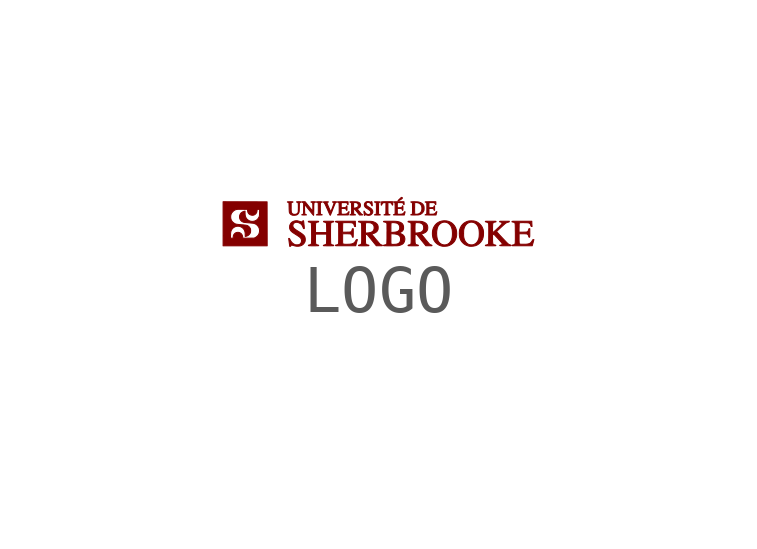
<source format=kicad_sym>
(kicad_symbol_lib
  (version 20210619)
  (generator bitmap2component)
  (symbol "LOGO"
    (pin_names
      (offset 1.016))
    (property "Reference" "#G"
      (at 0 -0.126 0)
      (effects (font (size 1.27 1.27)) hide))
    (symbol "LOGO_0_0"
      (polyline (pts (xy -1.837 -0.512) (xy -1.831 -0.509) (xy -1.826 -0.5) (xy -1.824 -0.494) (xy -1.819 -0.489) (xy -1.812 -0.487) (xy -1.801 -0.488) (xy -1.786 -0.492) (xy -1.764 -0.498) (xy -1.739 -0.505) (xy -1.701 -0.511) (xy -1.665 -0.51) (xy -1.632 -0.504) (xy -1.602 -0.493) (xy -1.576 -0.476) (xy -1.554 -0.453) (xy -1.537 -0.426) (xy -1.532 -0.413) (xy -1.528 -0.401) (xy -1.527 -0.388) (xy -1.526 -0.371) (xy -1.526 -0.362) (xy -1.528 -0.344) (xy -1.532 -0.327) (xy -1.537 -0.312) (xy -1.546 -0.297) (xy -1.559 -0.282) (xy -1.575 -0.267) (xy -1.596 -0.25) (xy -1.622 -0.232) (xy -1.654 -0.211) (xy -1.691 -0.188) (xy -1.702 -0.181) (xy -1.73 -0.162) (xy -1.751 -0.145) (xy -1.767 -0.13) (xy -1.777 -0.114) (xy -1.783 -0.099) (xy -1.785 -0.082) (xy -1.784 -0.066) (xy -1.776 -0.047) (xy -1.762 -0.031) (xy -1.756 -0.025) (xy -1.735 -0.015) (xy -1.711 -0.011) (xy -1.686 -0.013) (xy -1.659 -0.022) (xy -1.631 -0.037) (xy -1.62 -0.044) (xy -1.602 -0.063) (xy -1.586 -0.087) (xy -1.573 -0.117) (xy -1.573 -0.118) (xy -1.567 -0.131) (xy -1.563 -0.139) (xy -1.559 -0.143) (xy -1.554 -0.144) (xy -1.551 -0.144) (xy -1.549 -0.143) (xy -1.547 -0.142) (xy -1.546 -0.138) (xy -1.546 -0.131) (xy -1.547 -0.119) (xy -1.548 -0.104) (xy -1.55 -0.082) (xy -1.554 -0.054) (xy -1.555 -0.04) (xy -1.557 -0.018) (xy -1.559 -0.002) (xy -1.561 0.009) (xy -1.563 0.016) (xy -1.565 0.02) (xy -1.567 0.022) (xy -1.569 0.022) (xy -1.575 0.02) (xy -1.581 0.011) (xy -1.582 0.009) (xy -1.587 0.002) (xy -1.595 -0.002) (xy -1.606 -0.002) (xy -1.621 0.001) (xy -1.643 0.007) (xy -1.653 0.01) (xy -1.671 0.015) (xy -1.686 0.019) (xy -1.697 0.021) (xy -1.704 0.021) (xy -1.729 0.02) (xy -1.755 0.015) (xy -1.78 0.005) (xy -1.802 -0.007) (xy -1.819 -0.022) (xy -1.826 -0.03) (xy -1.834 -0.044) (xy -1.842 -0.058) (xy -1.847 -0.07) (xy -1.851 -0.082) (xy -1.852 -0.095) (xy -1.853 -0.112) (xy -1.853 -0.129) (xy -1.851 -0.141) (xy -1.848 -0.152) (xy -1.842 -0.165) (xy -1.842 -0.165) (xy -1.835 -0.178) (xy -1.826 -0.19) (xy -1.815 -0.202) (xy -1.801 -0.214) (xy -1.783 -0.228) (xy -1.76 -0.243) (xy -1.731 -0.262) (xy -1.724 -0.266) (xy -1.696 -0.284) (xy -1.674 -0.298) (xy -1.657 -0.31) (xy -1.643 -0.321) (xy -1.633 -0.33) (xy -1.625 -0.338) (xy -1.619 -0.346) (xy -1.614 -0.354) (xy -1.609 -0.367) (xy -1.605 -0.391) (xy -1.606 -0.414) (xy -1.613 -0.436) (xy -1.626 -0.455) (xy -1.627 -0.456) (xy -1.641 -0.468) (xy -1.657 -0.476) (xy -1.675 -0.48) (xy -1.699 -0.481) (xy -1.708 -0.481) (xy -1.722 -0.481) (xy -1.733 -0.479) (xy -1.744 -0.475) (xy -1.756 -0.469) (xy -1.776 -0.457) (xy -1.801 -0.436) (xy -1.823 -0.409) (xy -1.841 -0.378) (xy -1.845 -0.37) (xy -1.851 -0.358) (xy -1.856 -0.351) (xy -1.861 -0.348) (xy -1.865 -0.347) (xy -1.871 -0.348) (xy -1.873 -0.351) (xy -1.873 -0.352) (xy -1.871 -0.359) (xy -1.869 -0.372) (xy -1.867 -0.39) (xy -1.864 -0.411) (xy -1.861 -0.434) (xy -1.85 -0.513) (xy -1.841 -0.513) (xy -1.837 -0.512)) (stroke (width 0.01)) (fill (type outline)))
      (polyline (pts (xy 1.387 -0.511) (xy 1.41 -0.509) (xy 1.43 -0.507) (xy 1.446 -0.504) (xy 1.479 -0.492) (xy 1.514 -0.473) (xy 1.546 -0.449) (xy 1.573 -0.421) (xy 1.587 -0.402) (xy 1.605 -0.367) (xy 1.619 -0.329) (xy 1.627 -0.289) (xy 1.629 -0.247) (xy 1.627 -0.205) (xy 1.62 -0.165) (xy 1.607 -0.127) (xy 1.588 -0.093) (xy 1.583 -0.084) (xy 1.555 -0.051) (xy 1.524 -0.024) (xy 1.488 -0.003) (xy 1.449 0.011) (xy 1.407 0.019) (xy 1.361 0.02) (xy 1.32 0.015) (xy 1.28 0.004) (xy 1.243 -0.014) (xy 1.21 -0.037) (xy 1.182 -0.066) (xy 1.159 -0.099) (xy 1.14 -0.137) (xy 1.128 -0.179) (xy 1.123 -0.214) (xy 1.123 -0.236) (xy 1.211 -0.236) (xy 1.213 -0.197) (xy 1.219 -0.16) (xy 1.227 -0.126) (xy 1.239 -0.096) (xy 1.255 -0.071) (xy 1.277 -0.048) (xy 1.302 -0.029) (xy 1.329 -0.016) (xy 1.357 -0.009) (xy 1.379 -0.008) (xy 1.41 -0.012) (xy 1.439 -0.023) (xy 1.465 -0.04) (xy 1.488 -0.062) (xy 1.508 -0.09) (xy 1.523 -0.122) (xy 1.533 -0.159) (xy 1.534 -0.161) (xy 1.537 -0.186) (xy 1.539 -0.215) (xy 1.54 -0.247) (xy 1.539 -0.279) (xy 1.537 -0.308) (xy 1.533 -0.332) (xy 1.527 -0.356) (xy 1.514 -0.391) (xy 1.495 -0.421) (xy 1.473 -0.446) (xy 1.447 -0.465) (xy 1.417 -0.477) (xy 1.409 -0.479) (xy 1.378 -0.483) (xy 1.347 -0.48) (xy 1.318 -0.471) (xy 1.29 -0.455) (xy 1.266 -0.434) (xy 1.245 -0.407) (xy 1.233 -0.381) (xy 1.223 -0.35) (xy 1.216 -0.314) (xy 1.212 -0.276) (xy 1.211 -0.236) (xy 1.123 -0.236) (xy 1.122 -0.256) (xy 1.126 -0.297) (xy 1.134 -0.336) (xy 1.147 -0.37) (xy 1.161 -0.395) (xy 1.185 -0.429) (xy 1.215 -0.457) (xy 1.249 -0.481) (xy 1.286 -0.498) (xy 1.325 -0.509) (xy 1.326 -0.509) (xy 1.342 -0.511) (xy 1.363 -0.511) (xy 1.387 -0.511)) (stroke (width 0.01)) (fill (type outline)))
      (polyline (pts (xy 1.946 -0.511) (xy 1.977 -0.508) (xy 2.017 -0.5) (xy 2.054 -0.485) (xy 2.088 -0.463) (xy 2.119 -0.435) (xy 2.13 -0.423) (xy 2.152 -0.393) (xy 2.168 -0.362) (xy 2.179 -0.328) (xy 2.186 -0.29) (xy 2.188 -0.247) (xy 2.188 -0.242) (xy 2.188 -0.212) (xy 2.185 -0.187) (xy 2.18 -0.163) (xy 2.172 -0.14) (xy 2.161 -0.115) (xy 2.159 -0.11) (xy 2.15 -0.095) (xy 2.141 -0.082) (xy 2.13 -0.068) (xy 2.114 -0.051) (xy 2.107 -0.045) (xy 2.078 -0.02) (xy 2.047 -0.002) (xy 2.014 0.011) (xy 1.978 0.018) (xy 1.937 0.02) (xy 1.936 0.02) (xy 1.909 0.019) (xy 1.885 0.017) (xy 1.865 0.012) (xy 1.843 0.005) (xy 1.819 -0.006) (xy 1.788 -0.024) (xy 1.757 -0.05) (xy 1.73 -0.081) (xy 1.709 -0.117) (xy 1.692 -0.159) (xy 1.69 -0.166) (xy 1.688 -0.177) (xy 1.686 -0.189) (xy 1.685 -0.203) (xy 1.684 -0.22) (xy 1.684 -0.243) (xy 1.684 -0.244) (xy 1.773 -0.244) (xy 1.773 -0.218) (xy 1.774 -0.198) (xy 1.774 -0.182) (xy 1.776 -0.17) (xy 1.778 -0.158) (xy 1.781 -0.147) (xy 1.788 -0.123) (xy 1.803 -0.09) (xy 1.822 -0.063) (xy 1.844 -0.041) (xy 1.871 -0.024) (xy 1.901 -0.013) (xy 1.931 -0.008) (xy 1.961 -0.011) (xy 1.99 -0.019) (xy 2.016 -0.033) (xy 2.04 -0.052) (xy 2.061 -0.077) (xy 2.078 -0.107) (xy 2.089 -0.141) (xy 2.094 -0.163) (xy 2.098 -0.199) (xy 2.1 -0.239) (xy 2.099 -0.278) (xy 2.096 -0.316) (xy 2.09 -0.349) (xy 2.083 -0.368) (xy 2.068 -0.401) (xy 2.049 -0.429) (xy 2.025 -0.452) (xy 1.997 -0.469) (xy 1.986 -0.474) (xy 1.972 -0.479) (xy 1.958 -0.481) (xy 1.94 -0.482) (xy 1.931 -0.482) (xy 1.901 -0.479) (xy 1.874 -0.47) (xy 1.85 -0.455) (xy 1.826 -0.433) (xy 1.817 -0.422) (xy 1.802 -0.4) (xy 1.791 -0.375) (xy 1.781 -0.345) (xy 1.78 -0.342) (xy 1.778 -0.331) (xy 1.776 -0.319) (xy 1.774 -0.307) (xy 1.773 -0.291) (xy 1.773 -0.271) (xy 1.773 -0.245) (xy 1.773 -0.244) (xy 1.684 -0.244) (xy 1.684 -0.273) (xy 1.686 -0.297) (xy 1.689 -0.318) (xy 1.694 -0.337) (xy 1.701 -0.356) (xy 1.711 -0.378) (xy 1.722 -0.398) (xy 1.747 -0.43) (xy 1.776 -0.458) (xy 1.81 -0.481) (xy 1.848 -0.498) (xy 1.888 -0.509) (xy 1.894 -0.51) (xy 1.909 -0.511) (xy 1.927 -0.511) (xy 1.946 -0.511)) (stroke (width 0.01)) (fill (type outline)))
      (polyline (pts (xy -2.321 -0.043) (xy -2.322 0.415) (xy -2.78 0.416) (xy -3.239 0.417) (xy -3.239 -0.294) (xy -3.084 -0.294) (xy -3.083 -0.273) (xy -3.083 -0.253) (xy -3.082 -0.235) (xy -3.08 -0.222) (xy -3.078 -0.209) (xy -3.068 -0.179) (xy -3.052 -0.153) (xy -3.033 -0.132) (xy -3.009 -0.115) (xy -2.983 -0.102) (xy -2.955 -0.095) (xy -2.927 -0.093) (xy -2.897 -0.096) (xy -2.869 -0.106) (xy -2.842 -0.121) (xy -2.818 -0.142) (xy -2.808 -0.155) (xy -2.794 -0.178) (xy -2.785 -0.205) (xy -2.779 -0.235) (xy -2.778 -0.272) (xy -2.778 -0.306) (xy -2.764 -0.304) (xy -2.763 -0.304) (xy -2.735 -0.295) (xy -2.711 -0.281) (xy -2.69 -0.261) (xy -2.674 -0.238) (xy -2.67 -0.227) (xy -2.667 -0.217) (xy -2.666 -0.204) (xy -2.665 -0.186) (xy -2.665 -0.182) (xy -2.666 -0.166) (xy -2.667 -0.155) (xy -2.67 -0.145) (xy -2.675 -0.135) (xy -2.687 -0.117) (xy -2.706 -0.096) (xy -2.729 -0.081) (xy -2.73 -0.081) (xy -2.736 -0.078) (xy -2.743 -0.076) (xy -2.752 -0.074) (xy -2.763 -0.072) (xy -2.778 -0.07) (xy -2.797 -0.068) (xy -2.821 -0.065) (xy -2.851 -0.063) (xy -2.887 -0.059) (xy -2.897 -0.059) (xy -2.921 -0.056) (xy -2.939 -0.054) (xy -2.954 -0.052) (xy -2.964 -0.05) (xy -2.973 -0.048) (xy -2.982 -0.045) (xy -2.991 -0.041) (xy -3.009 -0.03) (xy -3.031 -0.013) (xy -3.051 0.007) (xy -3.065 0.029) (xy -3.068 0.034) (xy -3.077 0.063) (xy -3.081 0.093) (xy -3.08 0.123) (xy -3.079 0.13) (xy -3.071 0.16) (xy -3.057 0.186) (xy -3.037 0.21) (xy -3.032 0.215) (xy -3.007 0.236) (xy -2.978 0.25) (xy -2.949 0.257) (xy -2.941 0.258) (xy -2.926 0.259) (xy -2.906 0.259) (xy -2.882 0.259) (xy -2.856 0.259) (xy -2.829 0.259) (xy -2.731 0.258) (xy -2.729 0.233) (xy -2.727 0.221) (xy -2.724 0.206) (xy -2.721 0.195) (xy -2.716 0.185) (xy -2.701 0.165) (xy -2.681 0.149) (xy -2.657 0.139) (xy -2.632 0.135) (xy -2.625 0.135) (xy -2.602 0.138) (xy -2.583 0.146) (xy -2.564 0.16) (xy -2.556 0.169) (xy -2.542 0.187) (xy -2.535 0.207) (xy -2.531 0.232) (xy -2.53 0.258) (xy -2.478 0.258) (xy -2.479 0.189) (xy -2.48 0.177) (xy -2.48 0.156) (xy -2.481 0.14) (xy -2.482 0.128) (xy -2.483 0.119) (xy -2.485 0.112) (xy -2.488 0.104) (xy -2.492 0.095) (xy -2.509 0.067) (xy -2.531 0.043) (xy -2.558 0.025) (xy -2.587 0.013) (xy -2.62 0.008) (xy -2.638 0.008) (xy -2.665 0.011) (xy -2.69 0.019) (xy -2.714 0.034) (xy -2.72 0.037) (xy -2.743 0.057) (xy -2.76 0.081) (xy -2.772 0.109) (xy -2.779 0.141) (xy -2.781 0.179) (xy -2.781 0.221) (xy -2.795 0.219) (xy -2.801 0.218) (xy -2.819 0.212) (xy -2.837 0.203) (xy -2.854 0.192) (xy -2.866 0.182) (xy -2.882 0.16) (xy -2.893 0.134) (xy -2.897 0.106) (xy -2.895 0.078) (xy -2.885 0.05) (xy -2.885 0.05) (xy -2.869 0.025) (xy -2.848 0.006) (xy -2.822 -0.007) (xy -2.82 -0.008) (xy -2.809 -0.011) (xy -2.794 -0.014) (xy -2.773 -0.016) (xy -2.746 -0.019) (xy -2.713 -0.022) (xy -2.695 -0.023) (xy -2.669 -0.026) (xy -2.645 -0.028) (xy -2.625 -0.03) (xy -2.609 -0.032) (xy -2.599 -0.034) (xy -2.582 -0.039) (xy -2.554 -0.052) (xy -2.53 -0.071) (xy -2.509 -0.095) (xy -2.492 -0.122) (xy -2.485 -0.142) (xy -2.479 -0.173) (xy -2.48 -0.205) (xy -2.486 -0.237) (xy -2.499 -0.266) (xy -2.51 -0.283) (xy -2.528 -0.301) (xy -2.548 -0.318) (xy -2.569 -0.33) (xy -2.591 -0.341) (xy -2.71 -0.342) (xy -2.72 -0.342) (xy -2.751 -0.343) (xy -2.776 -0.343) (xy -2.794 -0.343) (xy -2.808 -0.342) (xy -2.818 -0.342) (xy -2.824 -0.341) (xy -2.827 -0.34) (xy -2.829 -0.339) (xy -2.829 -0.337) (xy -2.83 -0.32) (xy -2.836 -0.292) (xy -2.845 -0.27) (xy -2.859 -0.251) (xy -2.872 -0.24) (xy -2.894 -0.227) (xy -2.918 -0.221) (xy -2.942 -0.221) (xy -2.965 -0.226) (xy -2.987 -0.237) (xy -3.005 -0.254) (xy -3.019 -0.275) (xy -3.022 -0.282) (xy -3.026 -0.298) (xy -3.028 -0.316) (xy -3.029 -0.343) (xy -3.084 -0.343) (xy -3.084 -0.294) (xy -3.239 -0.294) (xy -3.239 -0.502) (xy -2.32 -0.502) (xy -2.321 -0.043)) (stroke (width 0.01)) (fill (type outline)))
      (polyline (pts (xy -1.3 -0.501) (xy -1.281 -0.501) (xy -1.267 -0.501) (xy -1.258 -0.5) (xy -1.252 -0.499) (xy -1.248 -0.498) (xy -1.247 -0.497) (xy -1.247 -0.495) (xy -1.248 -0.491) (xy -1.252 -0.487) (xy -1.262 -0.485) (xy -1.265 -0.484) (xy -1.278 -0.481) (xy -1.29 -0.477) (xy -1.296 -0.475) (xy -1.301 -0.471) (xy -1.305 -0.465) (xy -1.308 -0.458) (xy -1.31 -0.446) (xy -1.312 -0.431) (xy -1.313 -0.411) (xy -1.313 -0.385) (xy -1.313 -0.352) (xy -1.313 -0.258) (xy -1.081 -0.258) (xy -1.081 -0.356) (xy -1.081 -0.382) (xy -1.082 -0.405) (xy -1.083 -0.425) (xy -1.084 -0.441) (xy -1.085 -0.45) (xy -1.087 -0.459) (xy -1.091 -0.468) (xy -1.099 -0.474) (xy -1.11 -0.478) (xy -1.127 -0.483) (xy -1.136 -0.486) (xy -1.146 -0.49) (xy -1.15 -0.495) (xy -1.15 -0.497) (xy -1.149 -0.498) (xy -1.146 -0.499) (xy -1.14 -0.5) (xy -1.131 -0.501) (xy -1.117 -0.501) (xy -1.098 -0.501) (xy -1.074 -0.502) (xy -1.01 -0.502) (xy -0.985 -0.501) (xy -0.967 -0.501) (xy -0.953 -0.501) (xy -0.944 -0.5) (xy -0.938 -0.499) (xy -0.935 -0.498) (xy -0.933 -0.497) (xy -0.933 -0.495) (xy -0.934 -0.491) (xy -0.939 -0.487) (xy -0.949 -0.485) (xy -0.959 -0.483) (xy -0.976 -0.478) (xy -0.987 -0.47) (xy -0.994 -0.46) (xy -0.995 -0.458) (xy -0.996 -0.448) (xy -0.997 -0.433) (xy -0.998 -0.412) (xy -0.999 -0.386) (xy -0.999 -0.357) (xy -1 -0.325) (xy -1 -0.291) (xy -1 -0.256) (xy -1 -0.221) (xy -1 -0.186) (xy -1 -0.153) (xy -0.999 -0.122) (xy -0.999 -0.095) (xy -0.998 -0.071) (xy -0.997 -0.052) (xy -0.996 -0.038) (xy -0.994 -0.032) (xy -0.993 -0.029) (xy -0.988 -0.021) (xy -0.982 -0.015) (xy -0.971 -0.011) (xy -0.955 -0.007) (xy -0.951 -0.007) (xy -0.94 -0.004) (xy -0.935 -0.001) (xy -0.933 0.004) (xy -0.933 0.006) (xy -0.935 0.008) (xy -0.938 0.009) (xy -0.944 0.01) (xy -0.953 0.01) (xy -0.967 0.011) (xy -0.985 0.011) (xy -1.009 0.011) (xy -1.072 0.011) (xy -1.096 0.011) (xy -1.114 0.011) (xy -1.128 0.01) (xy -1.137 0.01) (xy -1.143 0.009) (xy -1.146 0.008) (xy -1.147 0.006) (xy -1.147 0.004) (xy -1.147 0.002) (xy -1.143 -0.003) (xy -1.133 -0.006) (xy -1.132 -0.006) (xy -1.112 -0.012) (xy -1.097 -0.019) (xy -1.088 -0.029) (xy -1.086 -0.034) (xy -1.085 -0.043) (xy -1.083 -0.057) (xy -1.083 -0.076) (xy -1.082 -0.101) (xy -1.081 -0.132) (xy -1.08 -0.225) (xy -1.313 -0.225) (xy -1.313 -0.135) (xy -1.313 -0.111) (xy -1.313 -0.083) (xy -1.312 -0.062) (xy -1.311 -0.046) (xy -1.309 -0.035) (xy -1.306 -0.026) (xy -1.302 -0.02) (xy -1.296 -0.016) (xy -1.29 -0.013) (xy -1.288 -0.012) (xy -1.277 -0.009) (xy -1.268 -0.007) (xy -1.26 -0.007) (xy -1.25 -0.003) (xy -1.247 0.004) (xy -1.247 0.006) (xy -1.248 0.008) (xy -1.252 0.009) (xy -1.258 0.01) (xy -1.267 0.01) (xy -1.281 0.011) (xy -1.3 0.011) (xy -1.325 0.011) (xy -1.38 0.011) (xy -1.407 0.011) (xy -1.427 0.011) (xy -1.441 0.01) (xy -1.452 0.01) (xy -1.458 0.009) (xy -1.462 0.008) (xy -1.464 0.006) (xy -1.464 0.005) (xy -1.462 0) (xy -1.456 -0.006) (xy -1.445 -0.007) (xy -1.436 -0.008) (xy -1.422 -0.013) (xy -1.409 -0.02) (xy -1.401 -0.029) (xy -1.401 -0.029) (xy -1.4 -0.037) (xy -1.399 -0.05) (xy -1.398 -0.069) (xy -1.397 -0.093) (xy -1.396 -0.121) (xy -1.396 -0.151) (xy -1.395 -0.184) (xy -1.395 -0.219) (xy -1.395 -0.254) (xy -1.394 -0.288) (xy -1.394 -0.321) (xy -1.395 -0.352) (xy -1.395 -0.381) (xy -1.395 -0.406) (xy -1.396 -0.426) (xy -1.397 -0.441) (xy -1.398 -0.449) (xy -1.4 -0.458) (xy -1.403 -0.466) (xy -1.409 -0.471) (xy -1.418 -0.476) (xy -1.42 -0.477) (xy -1.435 -0.482) (xy -1.448 -0.485) (xy -1.458 -0.487) (xy -1.462 -0.49) (xy -1.462 -0.494) (xy -1.461 -0.496) (xy -1.459 -0.498) (xy -1.456 -0.499) (xy -1.45 -0.5) (xy -1.44 -0.501) (xy -1.427 -0.501) (xy -1.408 -0.501) (xy -1.384 -0.502) (xy -1.324 -0.502) (xy -1.3 -0.501)) (stroke (width 0.01)) (fill (type outline)))
      (polyline (pts (xy -0.768 -0.501) (xy -0.73 -0.501) (xy -0.686 -0.501) (xy -0.475 -0.5) (xy -0.458 -0.436) (xy -0.44 -0.372) (xy -0.452 -0.372) (xy -0.454 -0.373) (xy -0.461 -0.374) (xy -0.466 -0.379) (xy -0.472 -0.39) (xy -0.481 -0.405) (xy -0.497 -0.427) (xy -0.516 -0.444) (xy -0.537 -0.455) (xy -0.563 -0.463) (xy -0.579 -0.465) (xy -0.602 -0.468) (xy -0.628 -0.469) (xy -0.656 -0.47) (xy -0.682 -0.47) (xy -0.706 -0.469) (xy -0.707 -0.469) (xy -0.719 -0.468) (xy -0.728 -0.467) (xy -0.735 -0.464) (xy -0.741 -0.46) (xy -0.744 -0.453) (xy -0.747 -0.442) (xy -0.748 -0.427) (xy -0.748 -0.407) (xy -0.748 -0.382) (xy -0.748 -0.35) (xy -0.747 -0.25) (xy -0.669 -0.251) (xy -0.657 -0.251) (xy -0.633 -0.251) (xy -0.615 -0.252) (xy -0.602 -0.252) (xy -0.592 -0.254) (xy -0.585 -0.255) (xy -0.579 -0.257) (xy -0.574 -0.26) (xy -0.562 -0.272) (xy -0.553 -0.288) (xy -0.548 -0.307) (xy -0.544 -0.317) (xy -0.538 -0.323) (xy -0.533 -0.324) (xy -0.529 -0.323) (xy -0.528 -0.321) (xy -0.528 -0.313) (xy -0.527 -0.299) (xy -0.527 -0.28) (xy -0.526 -0.258) (xy -0.526 -0.233) (xy -0.526 -0.146) (xy -0.536 -0.145) (xy -0.542 -0.145) (xy -0.545 -0.148) (xy -0.548 -0.158) (xy -0.549 -0.162) (xy -0.555 -0.183) (xy -0.565 -0.199) (xy -0.576 -0.209) (xy -0.58 -0.211) (xy -0.586 -0.213) (xy -0.594 -0.214) (xy -0.605 -0.215) (xy -0.621 -0.216) (xy -0.642 -0.216) (xy -0.669 -0.217) (xy -0.749 -0.218) (xy -0.748 -0.122) (xy -0.748 -0.114) (xy -0.748 -0.086) (xy -0.747 -0.064) (xy -0.746 -0.048) (xy -0.746 -0.036) (xy -0.745 -0.029) (xy -0.743 -0.024) (xy -0.741 -0.022) (xy -0.738 -0.021) (xy -0.728 -0.02) (xy -0.713 -0.019) (xy -0.694 -0.019) (xy -0.672 -0.019) (xy -0.649 -0.019) (xy -0.626 -0.019) (xy -0.605 -0.019) (xy -0.586 -0.02) (xy -0.57 -0.021) (xy -0.56 -0.022) (xy -0.553 -0.024) (xy -0.54 -0.028) (xy -0.531 -0.033) (xy -0.523 -0.041) (xy -0.514 -0.054) (xy -0.507 -0.07) (xy -0.503 -0.086) (xy -0.501 -0.095) (xy -0.497 -0.099) (xy -0.49 -0.1) (xy -0.479 -0.1) (xy -0.481 -0.058) (xy -0.481 -0.044) (xy -0.482 -0.027) (xy -0.483 -0.012) (xy -0.483 -0.003) (xy -0.483 0.011) (xy -0.765 0.011) (xy -0.797 0.011) (xy -0.824 0.011) (xy -0.845 0.011) (xy -0.862 0.01) (xy -0.874 0.01) (xy -0.883 0.009) (xy -0.89 0.009) (xy -0.893 0.008) (xy -0.895 0.007) (xy -0.896 0.005) (xy -0.896 0.004) (xy -0.896 -0.001) (xy -0.895 -0.004) (xy -0.893 -0.004) (xy -0.885 -0.005) (xy -0.874 -0.007) (xy -0.872 -0.008) (xy -0.853 -0.013) (xy -0.841 -0.021) (xy -0.833 -0.032) (xy -0.833 -0.036) (xy -0.832 -0.046) (xy -0.832 -0.063) (xy -0.831 -0.085) (xy -0.831 -0.111) (xy -0.83 -0.14) (xy -0.83 -0.172) (xy -0.83 -0.206) (xy -0.83 -0.241) (xy -0.83 -0.276) (xy -0.83 -0.31) (xy -0.83 -0.343) (xy -0.83 -0.373) (xy -0.831 -0.4) (xy -0.831 -0.422) (xy -0.832 -0.44) (xy -0.833 -0.453) (xy -0.833 -0.458) (xy -0.834 -0.46) (xy -0.842 -0.47) (xy -0.855 -0.478) (xy -0.874 -0.483) (xy -0.882 -0.485) (xy -0.891 -0.486) (xy -0.895 -0.487) (xy -0.896 -0.488) (xy -0.896 -0.494) (xy -0.896 -0.496) (xy -0.895 -0.497) (xy -0.894 -0.498) (xy -0.89 -0.499) (xy -0.884 -0.5) (xy -0.875 -0.5) (xy -0.863 -0.501) (xy -0.847 -0.501) (xy -0.826 -0.501) (xy -0.8 -0.501) (xy -0.768 -0.501)) (stroke (width 0.01)) (fill (type outline)))
      (polyline (pts (xy -0.25 -0.501) (xy -0.232 -0.501) (xy -0.219 -0.501) (xy -0.211 -0.5) (xy -0.205 -0.499) (xy -0.202 -0.498) (xy -0.201 -0.496) (xy -0.201 -0.494) (xy -0.201 -0.49) (xy -0.203 -0.487) (xy -0.213 -0.486) (xy -0.232 -0.482) (xy -0.247 -0.476) (xy -0.25 -0.475) (xy -0.256 -0.471) (xy -0.261 -0.466) (xy -0.265 -0.459) (xy -0.268 -0.45) (xy -0.27 -0.436) (xy -0.271 -0.418) (xy -0.272 -0.394) (xy -0.272 -0.364) (xy -0.272 -0.351) (xy -0.272 -0.328) (xy -0.272 -0.307) (xy -0.272 -0.29) (xy -0.272 -0.279) (xy -0.271 -0.273) (xy -0.271 -0.272) (xy -0.265 -0.268) (xy -0.256 -0.265) (xy -0.245 -0.265) (xy -0.237 -0.268) (xy -0.236 -0.268) (xy -0.231 -0.274) (xy -0.223 -0.284) (xy -0.21 -0.299) (xy -0.195 -0.317) (xy -0.178 -0.338) (xy -0.159 -0.361) (xy -0.138 -0.387) (xy -0.046 -0.501) (xy 0.018 -0.501) (xy 0.036 -0.501) (xy 0.054 -0.501) (xy 0.066 -0.501) (xy 0.074 -0.5) (xy 0.079 -0.499) (xy 0.081 -0.497) (xy 0.081 -0.495) (xy 0.081 -0.492) (xy 0.076 -0.487) (xy 0.065 -0.484) (xy 0.063 -0.483) (xy 0.049 -0.478) (xy 0.037 -0.471) (xy 0.034 -0.469) (xy 0.027 -0.461) (xy 0.016 -0.449) (xy 0.003 -0.434) (xy -0.012 -0.416) (xy -0.029 -0.396) (xy -0.047 -0.375) (xy -0.064 -0.354) (xy -0.082 -0.333) (xy -0.098 -0.312) (xy -0.113 -0.294) (xy -0.125 -0.279) (xy -0.135 -0.267) (xy -0.141 -0.259) (xy -0.142 -0.255) (xy -0.139 -0.254) (xy -0.131 -0.252) (xy -0.119 -0.249) (xy -0.091 -0.24) (xy -0.062 -0.226) (xy -0.038 -0.208) (xy -0.022 -0.187) (xy -0.011 -0.162) (xy -0.009 -0.155) (xy -0.008 -0.138) (xy -0.007 -0.119) (xy -0.008 -0.101) (xy -0.011 -0.086) (xy -0.016 -0.071) (xy -0.03 -0.049) (xy -0.051 -0.029) (xy -0.077 -0.013) (xy -0.108 -0.001) (xy -0.111 0.000400) (xy -0.119 0.003) (xy -0.126 0.004) (xy -0.134 0.006) (xy -0.143 0.007) (xy -0.155 0.008) (xy -0.17 0.009) (xy -0.189 0.009) (xy -0.212 0.009) (xy -0.241 0.01) (xy -0.277 0.01) (xy -0.297 0.01) (xy -0.329 0.011) (xy -0.354 0.011) (xy -0.375 0.011) (xy -0.39 0.011) (xy -0.401 0.01) (xy -0.408 0.01) (xy -0.413 0.009) (xy -0.416 0.008) (xy -0.417 0.006) (xy -0.418 0.004) (xy -0.418 -0.000300) (xy -0.415 -0.004) (xy -0.406 -0.006) (xy -0.389 -0.009) (xy -0.372 -0.017) (xy -0.36 -0.027) (xy -0.358 -0.029) (xy -0.357 -0.032) (xy -0.356 -0.036) (xy -0.355 -0.042) (xy -0.354 -0.049) (xy -0.353 -0.06) (xy -0.353 -0.074) (xy -0.352 -0.093) (xy -0.352 -0.116) (xy -0.352 -0.144) (xy -0.351 -0.174) (xy -0.273 -0.174) (xy -0.273 -0.15) (xy -0.272 -0.123) (xy -0.272 -0.122) (xy -0.272 -0.092) (xy -0.272 -0.068) (xy -0.271 -0.05) (xy -0.269 -0.036) (xy -0.266 -0.027) (xy -0.261 -0.022) (xy -0.253 -0.019) (xy -0.243 -0.018) (xy -0.231 -0.018) (xy -0.214 -0.019) (xy -0.198 -0.02) (xy -0.183 -0.021) (xy -0.171 -0.023) (xy -0.16 -0.026) (xy -0.149 -0.031) (xy -0.149 -0.031) (xy -0.127 -0.044) (xy -0.11 -0.059) (xy -0.1 -0.077) (xy -0.093 -0.1) (xy -0.092 -0.128) (xy -0.092 -0.139) (xy -0.098 -0.165) (xy -0.109 -0.187) (xy -0.127 -0.204) (xy -0.15 -0.218) (xy -0.179 -0.227) (xy -0.181 -0.227) (xy -0.198 -0.23) (xy -0.218 -0.233) (xy -0.239 -0.234) (xy -0.254 -0.235) (xy -0.263 -0.236) (xy -0.268 -0.234) (xy -0.27 -0.232) (xy -0.271 -0.228) (xy -0.272 -0.223) (xy -0.272 -0.212) (xy -0.273 -0.195) (xy -0.273 -0.174) (xy -0.351 -0.174) (xy -0.351 -0.179) (xy -0.351 -0.221) (xy -0.351 -0.254) (xy -0.351 -0.296) (xy -0.351 -0.333) (xy -0.351 -0.363) (xy -0.351 -0.389) (xy -0.352 -0.409) (xy -0.352 -0.425) (xy -0.354 -0.438) (xy -0.355 -0.448) (xy -0.357 -0.456) (xy -0.359 -0.461) (xy -0.362 -0.465) (xy -0.365 -0.469) (xy -0.365 -0.469) (xy -0.377 -0.477) (xy -0.39 -0.482) (xy -0.4 -0.484) (xy -0.412 -0.487) (xy -0.418 -0.491) (xy -0.418 -0.496) (xy -0.417 -0.498) (xy -0.413 -0.499) (xy -0.407 -0.5) (xy -0.398 -0.501) (xy -0.384 -0.501) (xy -0.365 -0.501) (xy -0.34 -0.502) (xy -0.274 -0.502) (xy -0.25 -0.501)) (stroke (width 0.01)) (fill (type outline)))
      (polyline (pts (xy 0.314 -0.501) (xy 0.343 -0.501) (xy 0.367 -0.501) (xy 0.386 -0.5) (xy 0.401 -0.499) (xy 0.413 -0.498) (xy 0.422 -0.496) (xy 0.429 -0.495) (xy 0.458 -0.486) (xy 0.483 -0.475) (xy 0.504 -0.463) (xy 0.514 -0.454) (xy 0.53 -0.433) (xy 0.541 -0.407) (xy 0.548 -0.379) (xy 0.549 -0.35) (xy 0.547 -0.339) (xy 0.54 -0.314) (xy 0.527 -0.292) (xy 0.508 -0.272) (xy 0.481 -0.256) (xy 0.449 -0.241) (xy 0.441 -0.238) (xy 0.433 -0.235) (xy 0.431 -0.232) (xy 0.433 -0.23) (xy 0.463 -0.217) (xy 0.488 -0.202) (xy 0.505 -0.184) (xy 0.517 -0.163) (xy 0.522 -0.138) (xy 0.522 -0.109) (xy 0.519 -0.088) (xy 0.511 -0.064) (xy 0.498 -0.043) (xy 0.48 -0.027) (xy 0.456 -0.013) (xy 0.426 -0.002) (xy 0.389 0.006) (xy 0.383 0.007) (xy 0.37 0.008) (xy 0.353 0.009) (xy 0.331 0.01) (xy 0.304 0.011) (xy 0.271 0.011) (xy 0.231 0.011) (xy 0.202 0.011) (xy 0.174 0.011) (xy 0.151 0.011) (xy 0.134 0.011) (xy 0.122 0.01) (xy 0.113 0.009) (xy 0.108 0.009) (xy 0.105 0.007) (xy 0.103 0.006) (xy 0.103 0.004) (xy 0.104 0.001) (xy 0.108 -0.002) (xy 0.116 -0.005) (xy 0.13 -0.007) (xy 0.134 -0.008) (xy 0.152 -0.013) (xy 0.164 -0.02) (xy 0.171 -0.03) (xy 0.175 -0.045) (xy 0.175 -0.047) (xy 0.176 -0.056) (xy 0.176 -0.072) (xy 0.176 -0.094) (xy 0.176 -0.12) (xy 0.176 -0.15) (xy 0.177 -0.184) (xy 0.176 -0.22) (xy 0.176 -0.221) (xy 0.258 -0.221) (xy 0.258 -0.113) (xy 0.258 -0.086) (xy 0.259 -0.065) (xy 0.259 -0.05) (xy 0.26 -0.039) (xy 0.261 -0.032) (xy 0.262 -0.027) (xy 0.264 -0.024) (xy 0.264 -0.024) (xy 0.272 -0.021) (xy 0.285 -0.019) (xy 0.303 -0.018) (xy 0.323 -0.019) (xy 0.343 -0.021) (xy 0.363 -0.025) (xy 0.38 -0.029) (xy 0.394 -0.034) (xy 0.41 -0.046) (xy 0.426 -0.065) (xy 0.437 -0.088) (xy 0.442 -0.115) (xy 0.442 -0.13) (xy 0.439 -0.155) (xy 0.429 -0.176) (xy 0.414 -0.192) (xy 0.393 -0.205) (xy 0.366 -0.213) (xy 0.332 -0.218) (xy 0.321 -0.219) (xy 0.303 -0.22) (xy 0.287 -0.221) (xy 0.276 -0.221) (xy 0.258 -0.221) (xy 0.176 -0.221) (xy 0.176 -0.251) (xy 0.258 -0.251) (xy 0.296 -0.251) (xy 0.299 -0.251) (xy 0.34 -0.254) (xy 0.376 -0.261) (xy 0.408 -0.272) (xy 0.422 -0.28) (xy 0.439 -0.294) (xy 0.45 -0.313) (xy 0.457 -0.335) (xy 0.459 -0.363) (xy 0.457 -0.391) (xy 0.45 -0.414) (xy 0.438 -0.434) (xy 0.42 -0.449) (xy 0.396 -0.461) (xy 0.392 -0.463) (xy 0.38 -0.466) (xy 0.366 -0.468) (xy 0.349 -0.47) (xy 0.326 -0.471) (xy 0.31 -0.472) (xy 0.295 -0.472) (xy 0.285 -0.472) (xy 0.278 -0.47) (xy 0.273 -0.468) (xy 0.268 -0.465) (xy 0.258 -0.457) (xy 0.258 -0.251) (xy 0.176 -0.251) (xy 0.176 -0.258) (xy 0.176 -0.277) (xy 0.176 -0.318) (xy 0.176 -0.352) (xy 0.175 -0.38) (xy 0.175 -0.403) (xy 0.174 -0.421) (xy 0.174 -0.435) (xy 0.173 -0.446) (xy 0.172 -0.454) (xy 0.171 -0.459) (xy 0.17 -0.463) (xy 0.169 -0.466) (xy 0.166 -0.47) (xy 0.156 -0.476) (xy 0.141 -0.481) (xy 0.121 -0.485) (xy 0.11 -0.487) (xy 0.105 -0.49) (xy 0.103 -0.494) (xy 0.103 -0.496) (xy 0.104 -0.497) (xy 0.106 -0.498) (xy 0.11 -0.499) (xy 0.116 -0.5) (xy 0.126 -0.501) (xy 0.14 -0.501) (xy 0.158 -0.501) (xy 0.182 -0.502) (xy 0.279 -0.502) (xy 0.314 -0.501)) (stroke (width 0.01)) (fill (type outline)))
      (polyline (pts (xy 0.784 -0.501) (xy 0.802 -0.501) (xy 0.814 -0.501) (xy 0.823 -0.5) (xy 0.828 -0.499) (xy 0.831 -0.498) (xy 0.831 -0.496) (xy 0.831 -0.494) (xy 0.827 -0.488) (xy 0.816 -0.485) (xy 0.808 -0.483) (xy 0.791 -0.479) (xy 0.779 -0.473) (xy 0.771 -0.464) (xy 0.766 -0.451) (xy 0.763 -0.433) (xy 0.762 -0.423) (xy 0.761 -0.407) (xy 0.761 -0.388) (xy 0.76 -0.366) (xy 0.76 -0.344) (xy 0.76 -0.323) (xy 0.761 -0.303) (xy 0.761 -0.287) (xy 0.762 -0.276) (xy 0.763 -0.27) (xy 0.764 -0.269) (xy 0.77 -0.266) (xy 0.78 -0.265) (xy 0.79 -0.266) (xy 0.797 -0.268) (xy 0.798 -0.269) (xy 0.802 -0.274) (xy 0.811 -0.284) (xy 0.823 -0.299) (xy 0.838 -0.317) (xy 0.855 -0.338) (xy 0.874 -0.362) (xy 0.894 -0.387) (xy 0.987 -0.501) (xy 1.05 -0.501) (xy 1.069 -0.501) (xy 1.087 -0.501) (xy 1.099 -0.501) (xy 1.107 -0.5) (xy 1.112 -0.499) (xy 1.114 -0.497) (xy 1.114 -0.495) (xy 1.113 -0.491) (xy 1.107 -0.487) (xy 1.096 -0.483) (xy 1.081 -0.478) (xy 1.062 -0.465) (xy 1.061 -0.464) (xy 1.055 -0.458) (xy 1.046 -0.446) (xy 1.033 -0.432) (xy 1.018 -0.414) (xy 1.002 -0.395) (xy 0.985 -0.374) (xy 0.968 -0.353) (xy 0.951 -0.332) (xy 0.935 -0.312) (xy 0.92 -0.294) (xy 0.908 -0.279) (xy 0.898 -0.267) (xy 0.892 -0.259) (xy 0.89 -0.255) (xy 0.893 -0.254) (xy 0.902 -0.252) (xy 0.913 -0.249) (xy 0.946 -0.238) (xy 0.975 -0.223) (xy 0.997 -0.205) (xy 1.013 -0.183) (xy 1.023 -0.158) (xy 1.026 -0.129) (xy 1.026 -0.114) (xy 1.023 -0.092) (xy 1.017 -0.073) (xy 1.007 -0.054) (xy 0.999 -0.044) (xy 0.98 -0.027) (xy 0.955 -0.012) (xy 0.925 -0.001) (xy 0.922 0.000400) (xy 0.914 0.003) (xy 0.907 0.004) (xy 0.899 0.006) (xy 0.889 0.007) (xy 0.878 0.008) (xy 0.863 0.009) (xy 0.844 0.009) (xy 0.821 0.009) (xy 0.791 0.01) (xy 0.756 0.01) (xy 0.736 0.01) (xy 0.704 0.011) (xy 0.678 0.011) (xy 0.658 0.011) (xy 0.643 0.011) (xy 0.632 0.01) (xy 0.625 0.01) (xy 0.62 0.009) (xy 0.617 0.008) (xy 0.616 0.006) (xy 0.615 0.004) (xy 0.615 -0.000300) (xy 0.618 -0.004) (xy 0.626 -0.006) (xy 0.644 -0.009) (xy 0.661 -0.017) (xy 0.673 -0.027) (xy 0.674 -0.029) (xy 0.675 -0.031) (xy 0.677 -0.035) (xy 0.678 -0.039) (xy 0.679 -0.046) (xy 0.679 -0.055) (xy 0.68 -0.068) (xy 0.68 -0.084) (xy 0.68 -0.105) (xy 0.68 -0.13) (xy 0.68 -0.146) (xy 0.76 -0.146) (xy 0.76 -0.122) (xy 0.76 -0.099) (xy 0.761 -0.078) (xy 0.762 -0.06) (xy 0.762 -0.047) (xy 0.763 -0.039) (xy 0.764 -0.036) (xy 0.768 -0.027) (xy 0.772 -0.022) (xy 0.775 -0.02) (xy 0.786 -0.019) (xy 0.801 -0.018) (xy 0.818 -0.019) (xy 0.836 -0.02) (xy 0.852 -0.022) (xy 0.864 -0.024) (xy 0.865 -0.024) (xy 0.886 -0.032) (xy 0.905 -0.042) (xy 0.919 -0.054) (xy 0.923 -0.059) (xy 0.933 -0.077) (xy 0.939 -0.1) (xy 0.941 -0.124) (xy 0.94 -0.147) (xy 0.933 -0.169) (xy 0.931 -0.174) (xy 0.918 -0.194) (xy 0.901 -0.208) (xy 0.88 -0.219) (xy 0.853 -0.227) (xy 0.851 -0.227) (xy 0.835 -0.23) (xy 0.815 -0.233) (xy 0.796 -0.234) (xy 0.789 -0.235) (xy 0.776 -0.236) (xy 0.768 -0.235) (xy 0.764 -0.234) (xy 0.762 -0.231) (xy 0.762 -0.23) (xy 0.761 -0.222) (xy 0.761 -0.208) (xy 0.76 -0.19) (xy 0.76 -0.169) (xy 0.76 -0.146) (xy 0.68 -0.146) (xy 0.68 -0.161) (xy 0.68 -0.322) (xy 0.68 -0.356) (xy 0.68 -0.385) (xy 0.68 -0.408) (xy 0.679 -0.427) (xy 0.678 -0.442) (xy 0.676 -0.453) (xy 0.674 -0.461) (xy 0.672 -0.467) (xy 0.669 -0.47) (xy 0.665 -0.473) (xy 0.661 -0.475) (xy 0.656 -0.477) (xy 0.653 -0.479) (xy 0.643 -0.482) (xy 0.636 -0.483) (xy 0.632 -0.483) (xy 0.623 -0.486) (xy 0.616 -0.491) (xy 0.615 -0.496) (xy 0.616 -0.498) (xy 0.62 -0.499) (xy 0.626 -0.5) (xy 0.635 -0.501) (xy 0.649 -0.501) (xy 0.668 -0.501) (xy 0.693 -0.502) (xy 0.761 -0.502) (xy 0.784 -0.501)) (stroke (width 0.01)) (fill (type outline)))
      (polyline (pts (xy 2.395 -0.501) (xy 2.413 -0.501) (xy 2.426 -0.501) (xy 2.435 -0.5) (xy 2.441 -0.499) (xy 2.444 -0.498) (xy 2.445 -0.496) (xy 2.446 -0.494) (xy 2.445 -0.492) (xy 2.441 -0.488) (xy 2.432 -0.485) (xy 2.415 -0.481) (xy 2.399 -0.476) (xy 2.389 -0.469) (xy 2.385 -0.462) (xy 2.381 -0.451) (xy 2.379 -0.434) (xy 2.377 -0.412) (xy 2.376 -0.383) (xy 2.376 -0.348) (xy 2.376 -0.278) (xy 2.389 -0.267) (xy 2.393 -0.265) (xy 2.4 -0.261) (xy 2.405 -0.261) (xy 2.406 -0.262) (xy 2.412 -0.268) (xy 2.421 -0.278) (xy 2.434 -0.292) (xy 2.45 -0.31) (xy 2.468 -0.329) (xy 2.488 -0.35) (xy 2.503 -0.367) (xy 2.526 -0.392) (xy 2.544 -0.412) (xy 2.558 -0.429) (xy 2.568 -0.443) (xy 2.575 -0.453) (xy 2.579 -0.461) (xy 2.579 -0.468) (xy 2.578 -0.473) (xy 2.576 -0.475) (xy 2.567 -0.48) (xy 2.553 -0.485) (xy 2.536 -0.488) (xy 2.528 -0.49) (xy 2.525 -0.494) (xy 2.525 -0.495) (xy 2.526 -0.496) (xy 2.53 -0.497) (xy 2.538 -0.498) (xy 2.548 -0.499) (xy 2.564 -0.5) (xy 2.584 -0.5) (xy 2.611 -0.5) (xy 2.644 -0.501) (xy 2.666 -0.501) (xy 2.694 -0.501) (xy 2.716 -0.501) (xy 2.733 -0.501) (xy 2.745 -0.501) (xy 2.754 -0.5) (xy 2.759 -0.499) (xy 2.761 -0.498) (xy 2.763 -0.496) (xy 2.763 -0.494) (xy 2.761 -0.489) (xy 2.753 -0.485) (xy 2.745 -0.483) (xy 2.728 -0.478) (xy 2.714 -0.47) (xy 2.699 -0.459) (xy 2.698 -0.459) (xy 2.692 -0.453) (xy 2.681 -0.442) (xy 2.667 -0.428) (xy 2.651 -0.411) (xy 2.632 -0.391) (xy 2.612 -0.37) (xy 2.591 -0.348) (xy 2.569 -0.325) (xy 2.548 -0.302) (xy 2.528 -0.281) (xy 2.509 -0.26) (xy 2.493 -0.242) (xy 2.479 -0.227) (xy 2.468 -0.215) (xy 2.461 -0.207) (xy 2.459 -0.204) (xy 2.459 -0.204) (xy 2.463 -0.2) (xy 2.472 -0.192) (xy 2.484 -0.18) (xy 2.499 -0.166) (xy 2.516 -0.15) (xy 2.535 -0.133) (xy 2.554 -0.115) (xy 2.573 -0.098) (xy 2.591 -0.081) (xy 2.608 -0.066) (xy 2.622 -0.054) (xy 2.632 -0.045) (xy 2.639 -0.039) (xy 2.65 -0.03) (xy 2.677 -0.016) (xy 2.705 -0.008) (xy 2.708 -0.008) (xy 2.718 -0.005) (xy 2.723 -0.002) (xy 2.725 0.003) (xy 2.726 0.011) (xy 2.601 0.011) (xy 2.576 0.011) (xy 2.557 0.011) (xy 2.543 0.01) (xy 2.534 0.01) (xy 2.528 0.009) (xy 2.525 0.008) (xy 2.523 0.006) (xy 2.523 0.004) (xy 2.524 -0.001) (xy 2.53 -0.004) (xy 2.541 -0.006) (xy 2.553 -0.008) (xy 2.565 -0.013) (xy 2.572 -0.019) (xy 2.575 -0.027) (xy 2.571 -0.038) (xy 2.563 -0.052) (xy 2.549 -0.07) (xy 2.529 -0.091) (xy 2.504 -0.117) (xy 2.49 -0.129) (xy 2.472 -0.146) (xy 2.453 -0.164) (xy 2.435 -0.181) (xy 2.418 -0.196) (xy 2.403 -0.209) (xy 2.39 -0.22) (xy 2.382 -0.226) (xy 2.378 -0.229) (xy 2.377 -0.229) (xy 2.377 -0.224) (xy 2.376 -0.213) (xy 2.376 -0.197) (xy 2.376 -0.178) (xy 2.376 -0.157) (xy 2.376 -0.135) (xy 2.376 -0.113) (xy 2.377 -0.092) (xy 2.377 -0.074) (xy 2.378 -0.059) (xy 2.379 -0.05) (xy 2.38 -0.044) (xy 2.384 -0.031) (xy 2.39 -0.021) (xy 2.4 -0.014) (xy 2.415 -0.009) (xy 2.435 -0.005) (xy 2.44 -0.005) (xy 2.447 -0.001) (xy 2.449 0.004) (xy 2.449 0.004) (xy 2.449 0.006) (xy 2.447 0.008) (xy 2.443 0.009) (xy 2.437 0.01) (xy 2.427 0.01) (xy 2.413 0.011) (xy 2.393 0.011) (xy 2.368 0.011) (xy 2.312 0.011) (xy 2.285 0.011) (xy 2.264 0.011) (xy 2.249 0.01) (xy 2.238 0.01) (xy 2.231 0.009) (xy 2.227 0.008) (xy 2.225 0.007) (xy 2.225 0.005) (xy 2.226 0.003) (xy 2.231 -0.002) (xy 2.241 -0.006) (xy 2.258 -0.009) (xy 2.261 -0.01) (xy 2.277 -0.016) (xy 2.288 -0.028) (xy 2.294 -0.046) (xy 2.294 -0.047) (xy 2.295 -0.055) (xy 2.296 -0.07) (xy 2.296 -0.091) (xy 2.297 -0.115) (xy 2.297 -0.144) (xy 2.297 -0.175) (xy 2.297 -0.208) (xy 2.297 -0.242) (xy 2.297 -0.276) (xy 2.296 -0.31) (xy 2.296 -0.342) (xy 2.296 -0.372) (xy 2.295 -0.399) (xy 2.294 -0.422) (xy 2.293 -0.44) (xy 2.293 -0.452) (xy 2.292 -0.458) (xy 2.291 -0.459) (xy 2.283 -0.47) (xy 2.27 -0.478) (xy 2.251 -0.483) (xy 2.249 -0.483) (xy 2.236 -0.486) (xy 2.228 -0.489) (xy 2.226 -0.492) (xy 2.227 -0.496) (xy 2.228 -0.497) (xy 2.231 -0.499) (xy 2.237 -0.5) (xy 2.247 -0.501) (xy 2.261 -0.501) (xy 2.28 -0.501) (xy 2.305 -0.502) (xy 2.371 -0.502) (xy 2.395 -0.501)) (stroke (width 0.01)) (fill (type outline)))
      (polyline (pts (xy 2.947 -0.501) (xy 2.992 -0.501) (xy 3.203 -0.5) (xy 3.213 -0.463) (xy 3.215 -0.455) (xy 3.221 -0.435) (xy 3.226 -0.415) (xy 3.23 -0.399) (xy 3.238 -0.372) (xy 3.226 -0.372) (xy 3.224 -0.373) (xy 3.217 -0.374) (xy 3.212 -0.379) (xy 3.206 -0.39) (xy 3.201 -0.398) (xy 3.188 -0.418) (xy 3.175 -0.434) (xy 3.159 -0.446) (xy 3.141 -0.456) (xy 3.118 -0.462) (xy 3.092 -0.467) (xy 3.059 -0.469) (xy 3.021 -0.469) (xy 3.014 -0.469) (xy 2.989 -0.469) (xy 2.97 -0.469) (xy 2.955 -0.467) (xy 2.946 -0.465) (xy 2.939 -0.462) (xy 2.935 -0.457) (xy 2.932 -0.451) (xy 2.932 -0.447) (xy 2.931 -0.435) (xy 2.93 -0.418) (xy 2.929 -0.397) (xy 2.929 -0.373) (xy 2.929 -0.346) (xy 2.929 -0.251) (xy 2.937 -0.251) (xy 2.938 -0.251) (xy 2.982 -0.25) (xy 3.019 -0.25) (xy 3.049 -0.251) (xy 3.072 -0.252) (xy 3.088 -0.254) (xy 3.098 -0.257) (xy 3.1 -0.258) (xy 3.113 -0.268) (xy 3.123 -0.284) (xy 3.13 -0.307) (xy 3.13 -0.309) (xy 3.134 -0.318) (xy 3.138 -0.322) (xy 3.139 -0.323) (xy 3.143 -0.324) (xy 3.146 -0.323) (xy 3.149 -0.319) (xy 3.15 -0.312) (xy 3.151 -0.3) (xy 3.152 -0.284) (xy 3.152 -0.261) (xy 3.152 -0.144) (xy 3.142 -0.144) (xy 3.136 -0.145) (xy 3.133 -0.148) (xy 3.13 -0.158) (xy 3.126 -0.173) (xy 3.119 -0.189) (xy 3.11 -0.202) (xy 3.1 -0.21) (xy 3.096 -0.212) (xy 3.088 -0.213) (xy 3.076 -0.215) (xy 3.059 -0.216) (xy 3.037 -0.216) (xy 3.009 -0.217) (xy 2.928 -0.218) (xy 2.929 -0.122) (xy 2.93 -0.114) (xy 2.93 -0.086) (xy 2.93 -0.064) (xy 2.931 -0.048) (xy 2.932 -0.036) (xy 2.933 -0.029) (xy 2.934 -0.024) (xy 2.936 -0.022) (xy 2.937 -0.022) (xy 2.943 -0.021) (xy 2.957 -0.02) (xy 2.977 -0.019) (xy 3.002 -0.019) (xy 3.032 -0.019) (xy 3.049 -0.02) (xy 3.079 -0.02) (xy 3.103 -0.021) (xy 3.122 -0.024) (xy 3.136 -0.027) (xy 3.147 -0.032) (xy 3.154 -0.038) (xy 3.161 -0.047) (xy 3.166 -0.059) (xy 3.171 -0.073) (xy 3.175 -0.086) (xy 3.179 -0.093) (xy 3.183 -0.098) (xy 3.189 -0.099) (xy 3.199 -0.1) (xy 3.197 -0.064) (xy 3.196 -0.056) (xy 3.195 -0.038) (xy 3.195 -0.021) (xy 3.194 -0.008) (xy 3.194 0.011) (xy 2.913 0.011) (xy 2.881 0.011) (xy 2.854 0.011) (xy 2.833 0.011) (xy 2.816 0.01) (xy 2.803 0.01) (xy 2.794 0.009) (xy 2.788 0.009) (xy 2.784 0.008) (xy 2.782 0.007) (xy 2.781 0.005) (xy 2.781 0.004) (xy 2.781 -0.001) (xy 2.782 -0.004) (xy 2.783 -0.004) (xy 2.788 -0.005) (xy 2.798 -0.006) (xy 2.799 -0.006) (xy 2.813 -0.009) (xy 2.825 -0.014) (xy 2.827 -0.015) (xy 2.832 -0.017) (xy 2.836 -0.02) (xy 2.839 -0.023) (xy 2.842 -0.028) (xy 2.844 -0.035) (xy 2.846 -0.044) (xy 2.848 -0.057) (xy 2.849 -0.073) (xy 2.849 -0.094) (xy 2.85 -0.12) (xy 2.85 -0.151) (xy 2.85 -0.189) (xy 2.851 -0.233) (xy 2.851 -0.253) (xy 2.851 -0.297) (xy 2.851 -0.334) (xy 2.851 -0.365) (xy 2.85 -0.391) (xy 2.85 -0.412) (xy 2.849 -0.428) (xy 2.848 -0.442) (xy 2.846 -0.452) (xy 2.844 -0.459) (xy 2.841 -0.465) (xy 2.838 -0.469) (xy 2.834 -0.472) (xy 2.829 -0.475) (xy 2.817 -0.48) (xy 2.803 -0.484) (xy 2.799 -0.484) (xy 2.788 -0.487) (xy 2.783 -0.49) (xy 2.781 -0.495) (xy 2.781 -0.496) (xy 2.782 -0.497) (xy 2.784 -0.498) (xy 2.788 -0.499) (xy 2.793 -0.5) (xy 2.802 -0.5) (xy 2.815 -0.501) (xy 2.831 -0.501) (xy 2.852 -0.501) (xy 2.909 -0.501) (xy 2.947 -0.501)) (stroke (width 0.01)) (fill (type outline)))
      (polyline (pts (xy -1.736 0.136) (xy -1.717 0.139) (xy -1.703 0.143) (xy -1.686 0.154) (xy -1.669 0.172) (xy -1.658 0.194) (xy -1.656 0.2) (xy -1.654 0.21) (xy -1.653 0.223) (xy -1.651 0.24) (xy -1.651 0.261) (xy -1.65 0.29) (xy -1.65 0.295) (xy -1.65 0.319) (xy -1.649 0.34) (xy -1.649 0.358) (xy -1.649 0.371) (xy -1.649 0.377) (xy -1.648 0.384) (xy -1.642 0.394) (xy -1.632 0.403) (xy -1.621 0.406) (xy -1.615 0.407) (xy -1.612 0.411) (xy -1.612 0.412) (xy -1.614 0.414) (xy -1.619 0.415) (xy -1.628 0.416) (xy -1.642 0.417) (xy -1.663 0.417) (xy -1.681 0.417) (xy -1.696 0.416) (xy -1.705 0.415) (xy -1.709 0.414) (xy -1.709 0.412) (xy -1.708 0.412) (xy -1.702 0.408) (xy -1.692 0.404) (xy -1.692 0.404) (xy -1.683 0.399) (xy -1.676 0.391) (xy -1.675 0.386) (xy -1.673 0.375) (xy -1.672 0.358) (xy -1.671 0.338) (xy -1.671 0.315) (xy -1.671 0.291) (xy -1.671 0.267) (xy -1.672 0.245) (xy -1.672 0.226) (xy -1.673 0.211) (xy -1.675 0.201) (xy -1.677 0.193) (xy -1.688 0.176) (xy -1.704 0.164) (xy -1.725 0.156) (xy -1.75 0.154) (xy -1.771 0.156) (xy -1.789 0.163) (xy -1.803 0.175) (xy -1.804 0.176) (xy -1.809 0.183) (xy -1.812 0.191) (xy -1.815 0.2) (xy -1.817 0.211) (xy -1.819 0.226) (xy -1.82 0.246) (xy -1.82 0.271) (xy -1.82 0.302) (xy -1.82 0.392) (xy -1.812 0.399) (xy -1.803 0.403) (xy -1.792 0.406) (xy -1.785 0.407) (xy -1.782 0.411) (xy -1.782 0.413) (xy -1.785 0.415) (xy -1.791 0.416) (xy -1.802 0.416) (xy -1.818 0.417) (xy -1.841 0.417) (xy -1.844 0.417) (xy -1.868 0.416) (xy -1.885 0.416) (xy -1.896 0.415) (xy -1.9 0.413) (xy -1.9 0.412) (xy -1.898 0.409) (xy -1.892 0.407) (xy -1.881 0.404) (xy -1.874 0.401) (xy -1.868 0.396) (xy -1.867 0.391) (xy -1.866 0.38) (xy -1.865 0.364) (xy -1.864 0.343) (xy -1.864 0.319) (xy -1.863 0.293) (xy -1.863 0.275) (xy -1.862 0.249) (xy -1.861 0.229) (xy -1.86 0.214) (xy -1.859 0.203) (xy -1.858 0.195) (xy -1.856 0.189) (xy -1.854 0.184) (xy -1.851 0.178) (xy -1.835 0.158) (xy -1.815 0.145) (xy -1.792 0.136) (xy -1.776 0.135) (xy -1.757 0.134) (xy -1.736 0.136)) (stroke (width 0.01)) (fill (type outline)))
      (polyline (pts (xy -1.353 0.135) (xy -1.352 0.144) (xy -1.351 0.159) (xy -1.351 0.179) (xy -1.35 0.203) (xy -1.35 0.23) (xy -1.349 0.26) (xy -1.349 0.277) (xy -1.349 0.308) (xy -1.349 0.332) (xy -1.348 0.351) (xy -1.347 0.366) (xy -1.347 0.376) (xy -1.346 0.384) (xy -1.345 0.389) (xy -1.343 0.392) (xy -1.341 0.394) (xy -1.333 0.4) (xy -1.323 0.405) (xy -1.323 0.405) (xy -1.315 0.408) (xy -1.31 0.412) (xy -1.31 0.413) (xy -1.314 0.415) (xy -1.323 0.416) (xy -1.338 0.417) (xy -1.359 0.417) (xy -1.378 0.417) (xy -1.395 0.416) (xy -1.405 0.415) (xy -1.409 0.413) (xy -1.409 0.412) (xy -1.407 0.409) (xy -1.401 0.407) (xy -1.389 0.404) (xy -1.384 0.403) (xy -1.379 0.399) (xy -1.375 0.393) (xy -1.372 0.384) (xy -1.37 0.37) (xy -1.369 0.352) (xy -1.369 0.328) (xy -1.369 0.298) (xy -1.37 0.22) (xy -1.45 0.318) (xy -1.529 0.417) (xy -1.565 0.417) (xy -1.581 0.417) (xy -1.593 0.416) (xy -1.599 0.414) (xy -1.6 0.412) (xy -1.597 0.409) (xy -1.589 0.406) (xy -1.588 0.406) (xy -1.579 0.402) (xy -1.57 0.395) (xy -1.56 0.385) (xy -1.561 0.276) (xy -1.561 0.244) (xy -1.562 0.217) (xy -1.562 0.197) (xy -1.563 0.182) (xy -1.565 0.171) (xy -1.567 0.163) (xy -1.57 0.158) (xy -1.575 0.155) (xy -1.58 0.153) (xy -1.587 0.151) (xy -1.594 0.149) (xy -1.6 0.146) (xy -1.599 0.143) (xy -1.59 0.142) (xy -1.574 0.141) (xy -1.551 0.14) (xy -1.546 0.14) (xy -1.528 0.141) (xy -1.514 0.141) (xy -1.505 0.142) (xy -1.501 0.143) (xy -1.502 0.144) (xy -1.507 0.147) (xy -1.516 0.151) (xy -1.519 0.152) (xy -1.529 0.157) (xy -1.535 0.163) (xy -1.536 0.164) (xy -1.537 0.172) (xy -1.538 0.185) (xy -1.539 0.202) (xy -1.54 0.222) (xy -1.541 0.244) (xy -1.541 0.268) (xy -1.542 0.29) (xy -1.542 0.311) (xy -1.542 0.33) (xy -1.541 0.345) (xy -1.54 0.354) (xy -1.539 0.358) (xy -1.538 0.356) (xy -1.532 0.35) (xy -1.523 0.34) (xy -1.512 0.326) (xy -1.499 0.311) (xy -1.498 0.309) (xy -1.484 0.291) (xy -1.447 0.245) (xy -1.427 0.221) (xy -1.409 0.198) (xy -1.401 0.188) (xy -1.386 0.17) (xy -1.374 0.155) (xy -1.363 0.143) (xy -1.357 0.136) (xy -1.353 0.133) (xy -1.353 0.135)) (stroke (width 0.01)) (fill (type outline)))
      (polyline (pts (xy -1.004 0.137) (xy -1 0.145) (xy -0.993 0.16) (xy -0.986 0.178) (xy -0.976 0.201) (xy -0.966 0.227) (xy -0.955 0.255) (xy -0.947 0.277) (xy -0.936 0.304) (xy -0.926 0.329) (xy -0.917 0.351) (xy -0.91 0.368) (xy -0.905 0.381) (xy -0.902 0.387) (xy -0.902 0.388) (xy -0.894 0.397) (xy -0.885 0.403) (xy -0.877 0.407) (xy -0.873 0.412) (xy -0.873 0.413) (xy -0.875 0.415) (xy -0.883 0.416) (xy -0.896 0.417) (xy -0.915 0.417) (xy -0.929 0.417) (xy -0.945 0.416) (xy -0.956 0.415) (xy -0.959 0.413) (xy -0.959 0.412) (xy -0.957 0.409) (xy -0.951 0.407) (xy -0.94 0.404) (xy -0.94 0.404) (xy -0.935 0.403) (xy -0.931 0.401) (xy -0.929 0.397) (xy -0.928 0.392) (xy -0.929 0.383) (xy -0.932 0.371) (xy -0.938 0.355) (xy -0.945 0.334) (xy -0.955 0.308) (xy -0.967 0.275) (xy -0.994 0.206) (xy -1 0.218) (xy -1.005 0.228) (xy -1.012 0.244) (xy -1.021 0.264) (xy -1.031 0.285) (xy -1.04 0.307) (xy -1.05 0.329) (xy -1.058 0.35) (xy -1.065 0.368) (xy -1.071 0.382) (xy -1.075 0.392) (xy -1.076 0.397) (xy -1.075 0.399) (xy -1.072 0.402) (xy -1.065 0.405) (xy -1.054 0.407) (xy -1.047 0.41) (xy -1.044 0.413) (xy -1.044 0.413) (xy -1.048 0.415) (xy -1.059 0.416) (xy -1.076 0.416) (xy -1.099 0.416) (xy -1.116 0.416) (xy -1.136 0.414) (xy -1.149 0.413) (xy -1.155 0.411) (xy -1.153 0.408) (xy -1.144 0.405) (xy -1.142 0.404) (xy -1.139 0.403) (xy -1.136 0.401) (xy -1.133 0.398) (xy -1.129 0.393) (xy -1.125 0.385) (xy -1.119 0.375) (xy -1.112 0.362) (xy -1.104 0.345) (xy -1.094 0.323) (xy -1.083 0.297) (xy -1.068 0.266) (xy -1.052 0.229) (xy -1.032 0.185) (xy -1.028 0.174) (xy -1.02 0.158) (xy -1.013 0.145) (xy -1.008 0.137) (xy -1.005 0.134) (xy -1.004 0.137)) (stroke (width 0.01)) (fill (type outline)))
      (polyline (pts (xy -0.286 0.135) (xy -0.282 0.14) (xy -0.281 0.143) (xy -0.277 0.146) (xy -0.271 0.147) (xy -0.26 0.145) (xy -0.244 0.14) (xy -0.228 0.136) (xy -0.213 0.133) (xy -0.198 0.134) (xy -0.18 0.137) (xy -0.169 0.14) (xy -0.157 0.147) (xy -0.144 0.158) (xy -0.134 0.169) (xy -0.123 0.187) (xy -0.119 0.206) (xy -0.121 0.227) (xy -0.122 0.229) (xy -0.128 0.243) (xy -0.138 0.257) (xy -0.153 0.272) (xy -0.174 0.288) (xy -0.202 0.305) (xy -0.209 0.31) (xy -0.229 0.323) (xy -0.243 0.334) (xy -0.252 0.344) (xy -0.257 0.354) (xy -0.258 0.365) (xy -0.258 0.371) (xy -0.253 0.386) (xy -0.242 0.397) (xy -0.229 0.403) (xy -0.213 0.404) (xy -0.195 0.401) (xy -0.178 0.391) (xy -0.17 0.385) (xy -0.154 0.367) (xy -0.144 0.346) (xy -0.143 0.344) (xy -0.139 0.335) (xy -0.134 0.332) (xy -0.133 0.332) (xy -0.131 0.333) (xy -0.13 0.334) (xy -0.13 0.339) (xy -0.13 0.346) (xy -0.131 0.358) (xy -0.133 0.376) (xy -0.135 0.399) (xy -0.137 0.412) (xy -0.141 0.419) (xy -0.145 0.42) (xy -0.151 0.414) (xy -0.152 0.412) (xy -0.155 0.41) (xy -0.161 0.41) (xy -0.186 0.416) (xy -0.215 0.421) (xy -0.239 0.42) (xy -0.26 0.413) (xy -0.276 0.401) (xy -0.288 0.383) (xy -0.295 0.363) (xy -0.295 0.342) (xy -0.289 0.322) (xy -0.277 0.303) (xy -0.257 0.287) (xy -0.252 0.284) (xy -0.238 0.275) (xy -0.222 0.264) (xy -0.206 0.253) (xy -0.196 0.246) (xy -0.18 0.234) (xy -0.17 0.222) (xy -0.164 0.21) (xy -0.162 0.196) (xy -0.162 0.194) (xy -0.166 0.177) (xy -0.176 0.164) (xy -0.19 0.155) (xy -0.206 0.151) (xy -0.225 0.152) (xy -0.245 0.159) (xy -0.259 0.167) (xy -0.276 0.185) (xy -0.291 0.21) (xy -0.295 0.216) (xy -0.3 0.223) (xy -0.303 0.222) (xy -0.304 0.215) (xy -0.304 0.201) (xy -0.301 0.179) (xy -0.299 0.166) (xy -0.297 0.152) (xy -0.296 0.141) (xy -0.295 0.136) (xy -0.295 0.134) (xy -0.291 0.133) (xy -0.286 0.135)) (stroke (width 0.01)) (fill (type outline)))
      (polyline (pts (xy -1.221 0.14) (xy -1.202 0.141) (xy -1.186 0.141) (xy -1.177 0.142) (xy -1.173 0.144) (xy -1.173 0.145) (xy -1.176 0.147) (xy -1.183 0.15) (xy -1.196 0.153) (xy -1.204 0.157) (xy -1.21 0.167) (xy -1.21 0.168) (xy -1.21 0.175) (xy -1.211 0.189) (xy -1.212 0.208) (xy -1.212 0.231) (xy -1.212 0.257) (xy -1.212 0.285) (xy -1.212 0.31) (xy -1.212 0.335) (xy -1.212 0.355) (xy -1.211 0.37) (xy -1.21 0.38) (xy -1.21 0.388) (xy -1.208 0.393) (xy -1.206 0.396) (xy -1.204 0.398) (xy -1.196 0.404) (xy -1.185 0.406) (xy -1.185 0.406) (xy -1.176 0.408) (xy -1.173 0.412) (xy -1.173 0.412) (xy -1.175 0.414) (xy -1.182 0.415) (xy -1.193 0.416) (xy -1.21 0.417) (xy -1.234 0.417) (xy -1.254 0.417) (xy -1.271 0.416) (xy -1.283 0.416) (xy -1.29 0.415) (xy -1.294 0.413) (xy -1.295 0.411) (xy -1.292 0.407) (xy -1.283 0.406) (xy -1.279 0.406) (xy -1.268 0.404) (xy -1.262 0.397) (xy -1.258 0.385) (xy -1.257 0.381) (xy -1.256 0.369) (xy -1.256 0.351) (xy -1.255 0.33) (xy -1.255 0.306) (xy -1.255 0.281) (xy -1.255 0.255) (xy -1.255 0.231) (xy -1.255 0.208) (xy -1.256 0.19) (xy -1.256 0.176) (xy -1.257 0.168) (xy -1.258 0.167) (xy -1.26 0.16) (xy -1.266 0.155) (xy -1.277 0.151) (xy -1.283 0.149) (xy -1.292 0.146) (xy -1.295 0.143) (xy -1.293 0.142) (xy -1.285 0.142) (xy -1.272 0.141) (xy -1.254 0.14) (xy -1.234 0.14) (xy -1.221 0.14)) (stroke (width 0.01)) (fill (type outline)))
      (polyline (pts (xy -0.743 0.141) (xy -0.63 0.142) (xy -0.621 0.173) (xy -0.618 0.184) (xy -0.615 0.197) (xy -0.613 0.205) (xy -0.613 0.209) (xy -0.615 0.21) (xy -0.617 0.21) (xy -0.621 0.208) (xy -0.627 0.202) (xy -0.635 0.192) (xy -0.641 0.183) (xy -0.651 0.172) (xy -0.663 0.165) (xy -0.678 0.161) (xy -0.697 0.158) (xy -0.722 0.157) (xy -0.743 0.157) (xy -0.758 0.158) (xy -0.767 0.16) (xy -0.772 0.162) (xy -0.774 0.163) (xy -0.776 0.167) (xy -0.777 0.174) (xy -0.778 0.184) (xy -0.778 0.2) (xy -0.778 0.222) (xy -0.778 0.277) (xy -0.74 0.277) (xy -0.723 0.277) (xy -0.705 0.275) (xy -0.692 0.273) (xy -0.683 0.268) (xy -0.677 0.262) (xy -0.673 0.252) (xy -0.671 0.247) (xy -0.666 0.239) (xy -0.662 0.236) (xy -0.66 0.237) (xy -0.658 0.241) (xy -0.657 0.25) (xy -0.657 0.264) (xy -0.657 0.284) (xy -0.657 0.297) (xy -0.657 0.313) (xy -0.657 0.323) (xy -0.658 0.329) (xy -0.66 0.331) (xy -0.663 0.331) (xy -0.663 0.331) (xy -0.668 0.327) (xy -0.672 0.319) (xy -0.673 0.314) (xy -0.677 0.306) (xy -0.683 0.3) (xy -0.693 0.297) (xy -0.708 0.295) (xy -0.728 0.294) (xy -0.742 0.293) (xy -0.757 0.293) (xy -0.768 0.293) (xy -0.773 0.294) (xy -0.774 0.295) (xy -0.776 0.299) (xy -0.777 0.308) (xy -0.778 0.322) (xy -0.778 0.343) (xy -0.778 0.344) (xy -0.778 0.362) (xy -0.777 0.378) (xy -0.776 0.389) (xy -0.775 0.394) (xy -0.774 0.395) (xy -0.769 0.397) (xy -0.759 0.398) (xy -0.743 0.399) (xy -0.722 0.399) (xy -0.709 0.399) (xy -0.689 0.398) (xy -0.674 0.397) (xy -0.664 0.394) (xy -0.657 0.389) (xy -0.652 0.382) (xy -0.648 0.372) (xy -0.647 0.367) (xy -0.642 0.359) (xy -0.639 0.356) (xy -0.637 0.356) (xy -0.634 0.359) (xy -0.634 0.417) (xy -0.756 0.417) (xy -0.788 0.417) (xy -0.812 0.416) (xy -0.831 0.416) (xy -0.844 0.415) (xy -0.853 0.415) (xy -0.858 0.414) (xy -0.859 0.412) (xy -0.854 0.409) (xy -0.846 0.406) (xy -0.836 0.404) (xy -0.828 0.398) (xy -0.827 0.397) (xy -0.825 0.394) (xy -0.824 0.39) (xy -0.822 0.383) (xy -0.822 0.373) (xy -0.821 0.36) (xy -0.821 0.341) (xy -0.82 0.317) (xy -0.82 0.286) (xy -0.82 0.284) (xy -0.82 0.257) (xy -0.82 0.231) (xy -0.82 0.208) (xy -0.821 0.19) (xy -0.821 0.177) (xy -0.822 0.17) (xy -0.825 0.161) (xy -0.83 0.156) (xy -0.84 0.152) (xy -0.845 0.15) (xy -0.853 0.146) (xy -0.856 0.143) (xy -0.856 0.143) (xy -0.851 0.142) (xy -0.84 0.142) (xy -0.823 0.141) (xy -0.801 0.141) (xy -0.774 0.141) (xy -0.743 0.141)) (stroke (width 0.01)) (fill (type outline)))
      (polyline (pts (xy -0.346 0.141) (xy -0.334 0.142) (xy -0.329 0.144) (xy -0.332 0.147) (xy -0.341 0.151) (xy -0.345 0.153) (xy -0.351 0.157) (xy -0.359 0.165) (xy -0.37 0.176) (xy -0.383 0.192) (xy -0.4 0.212) (xy -0.403 0.216) (xy -0.417 0.233) (xy -0.428 0.248) (xy -0.437 0.261) (xy -0.443 0.269) (xy -0.444 0.273) (xy -0.443 0.275) (xy -0.436 0.277) (xy -0.429 0.278) (xy -0.418 0.283) (xy -0.405 0.29) (xy -0.394 0.297) (xy -0.386 0.304) (xy -0.38 0.319) (xy -0.376 0.337) (xy -0.377 0.357) (xy -0.382 0.375) (xy -0.391 0.389) (xy -0.395 0.393) (xy -0.406 0.4) (xy -0.418 0.406) (xy -0.42 0.407) (xy -0.427 0.41) (xy -0.434 0.412) (xy -0.443 0.413) (xy -0.455 0.414) (xy -0.47 0.415) (xy -0.491 0.416) (xy -0.517 0.416) (xy -0.522 0.416) (xy -0.547 0.417) (xy -0.567 0.417) (xy -0.58 0.416) (xy -0.589 0.416) (xy -0.594 0.415) (xy -0.597 0.414) (xy -0.598 0.412) (xy -0.595 0.407) (xy -0.587 0.406) (xy -0.579 0.404) (xy -0.57 0.398) (xy -0.569 0.397) (xy -0.567 0.394) (xy -0.565 0.39) (xy -0.564 0.383) (xy -0.563 0.374) (xy -0.563 0.36) (xy -0.562 0.346) (xy -0.52 0.346) (xy -0.519 0.363) (xy -0.519 0.378) (xy -0.518 0.389) (xy -0.517 0.395) (xy -0.513 0.398) (xy -0.504 0.399) (xy -0.489 0.4) (xy -0.475 0.399) (xy -0.453 0.393) (xy -0.437 0.383) (xy -0.426 0.368) (xy -0.422 0.348) (xy -0.421 0.341) (xy -0.425 0.322) (xy -0.434 0.307) (xy -0.451 0.296) (xy -0.461 0.292) (xy -0.475 0.288) (xy -0.489 0.286) (xy -0.502 0.284) (xy -0.512 0.284) (xy -0.517 0.286) (xy -0.518 0.289) (xy -0.519 0.298) (xy -0.519 0.312) (xy -0.52 0.328) (xy -0.52 0.346) (xy -0.562 0.346) (xy -0.562 0.342) (xy -0.562 0.319) (xy -0.561 0.288) (xy -0.561 0.288) (xy -0.561 0.261) (xy -0.561 0.235) (xy -0.562 0.212) (xy -0.562 0.193) (xy -0.563 0.179) (xy -0.564 0.172) (xy -0.564 0.17) (xy -0.567 0.161) (xy -0.572 0.156) (xy -0.582 0.152) (xy -0.586 0.15) (xy -0.594 0.147) (xy -0.598 0.143) (xy -0.596 0.143) (xy -0.589 0.142) (xy -0.576 0.141) (xy -0.559 0.14) (xy -0.539 0.14) (xy -0.525 0.14) (xy -0.507 0.141) (xy -0.493 0.141) (xy -0.483 0.142) (xy -0.479 0.143) (xy -0.48 0.145) (xy -0.486 0.148) (xy -0.496 0.151) (xy -0.5 0.152) (xy -0.508 0.155) (xy -0.513 0.161) (xy -0.516 0.169) (xy -0.518 0.181) (xy -0.519 0.199) (xy -0.519 0.222) (xy -0.519 0.266) (xy -0.509 0.266) (xy -0.505 0.265) (xy -0.5 0.263) (xy -0.495 0.258) (xy -0.487 0.251) (xy -0.477 0.239) (xy -0.464 0.224) (xy -0.447 0.203) (xy -0.397 0.14) (xy -0.362 0.14) (xy -0.346 0.141)) (stroke (width 0.01)) (fill (type outline)))
      (polyline (pts (xy -0.009 0.14) (xy 0.009 0.141) (xy 0.024 0.141) (xy 0.033 0.142) (xy 0.037 0.143) (xy 0.035 0.146) (xy 0.029 0.15) (xy 0.019 0.151) (xy 0.014 0.153) (xy 0.007 0.157) (xy 0.005 0.159) (xy 0.004 0.162) (xy 0.002 0.167) (xy 0.001 0.174) (xy 0.001 0.185) (xy 0.000400 0.199) (xy 0.000100 0.219) (xy 0 0.244) (xy 0 0.314) (xy 0.000200 0.34) (xy 0.001 0.36) (xy 0.002 0.376) (xy 0.003 0.387) (xy 0.005 0.395) (xy 0.008 0.4) (xy 0.012 0.403) (xy 0.017 0.404) (xy 0.024 0.405) (xy 0.026 0.406) (xy 0.034 0.408) (xy 0.037 0.411) (xy 0.034 0.413) (xy 0.025 0.414) (xy 0.011 0.415) (xy -0.005 0.415) (xy -0.024 0.416) (xy -0.042 0.416) (xy -0.058 0.416) (xy -0.072 0.416) (xy -0.081 0.415) (xy -0.085 0.414) (xy -0.083 0.41) (xy -0.076 0.407) (xy -0.066 0.406) (xy -0.06 0.404) (xy -0.052 0.398) (xy -0.051 0.398) (xy -0.049 0.396) (xy -0.048 0.393) (xy -0.047 0.388) (xy -0.046 0.381) (xy -0.045 0.37) (xy -0.045 0.356) (xy -0.044 0.336) (xy -0.044 0.311) (xy -0.044 0.242) (xy -0.044 0.216) (xy -0.045 0.195) (xy -0.046 0.18) (xy -0.048 0.168) (xy -0.05 0.161) (xy -0.053 0.156) (xy -0.058 0.153) (xy -0.063 0.151) (xy -0.07 0.15) (xy -0.073 0.149) (xy -0.082 0.147) (xy -0.085 0.144) (xy -0.084 0.143) (xy -0.078 0.142) (xy -0.066 0.141) (xy -0.048 0.14) (xy -0.024 0.14) (xy -0.009 0.14)) (stroke (width 0.01)) (fill (type outline)))
      (polyline (pts (xy 0.212 0.141) (xy 0.228 0.142) (xy 0.237 0.143) (xy 0.24 0.145) (xy 0.237 0.147) (xy 0.226 0.149) (xy 0.224 0.15) (xy 0.214 0.152) (xy 0.207 0.155) (xy 0.204 0.158) (xy 0.202 0.164) (xy 0.199 0.173) (xy 0.198 0.186) (xy 0.197 0.204) (xy 0.196 0.227) (xy 0.196 0.256) (xy 0.196 0.292) (xy 0.196 0.398) (xy 0.22 0.398) (xy 0.226 0.398) (xy 0.246 0.396) (xy 0.26 0.391) (xy 0.271 0.381) (xy 0.278 0.367) (xy 0.284 0.354) (xy 0.289 0.346) (xy 0.293 0.346) (xy 0.295 0.352) (xy 0.296 0.366) (xy 0.296 0.387) (xy 0.294 0.417) (xy 0.159 0.417) (xy 0.129 0.417) (xy 0.106 0.417) (xy 0.089 0.416) (xy 0.076 0.416) (xy 0.068 0.415) (xy 0.062 0.414) (xy 0.059 0.413) (xy 0.058 0.411) (xy 0.057 0.408) (xy 0.056 0.399) (xy 0.055 0.386) (xy 0.056 0.372) (xy 0.056 0.359) (xy 0.057 0.349) (xy 0.059 0.345) (xy 0.059 0.345) (xy 0.063 0.346) (xy 0.067 0.353) (xy 0.069 0.359) (xy 0.077 0.376) (xy 0.086 0.387) (xy 0.097 0.394) (xy 0.111 0.397) (xy 0.132 0.398) (xy 0.155 0.398) (xy 0.154 0.287) (xy 0.154 0.277) (xy 0.154 0.249) (xy 0.154 0.224) (xy 0.153 0.202) (xy 0.153 0.184) (xy 0.152 0.172) (xy 0.152 0.166) (xy 0.15 0.162) (xy 0.143 0.156) (xy 0.132 0.151) (xy 0.126 0.149) (xy 0.117 0.146) (xy 0.114 0.143) (xy 0.117 0.142) (xy 0.125 0.141) (xy 0.139 0.141) (xy 0.157 0.14) (xy 0.177 0.14) (xy 0.19 0.14) (xy 0.212 0.141)) (stroke (width 0.01)) (fill (type outline)))
      (polyline (pts (xy 0.546 0.175) (xy 0.547 0.177) (xy 0.551 0.192) (xy 0.553 0.202) (xy 0.553 0.207) (xy 0.552 0.21) (xy 0.549 0.21) (xy 0.548 0.21) (xy 0.541 0.206) (xy 0.535 0.196) (xy 0.529 0.187) (xy 0.515 0.172) (xy 0.495 0.162) (xy 0.494 0.162) (xy 0.484 0.16) (xy 0.47 0.158) (xy 0.453 0.157) (xy 0.435 0.157) (xy 0.418 0.157) (xy 0.405 0.158) (xy 0.397 0.16) (xy 0.395 0.161) (xy 0.393 0.165) (xy 0.392 0.171) (xy 0.391 0.182) (xy 0.391 0.197) (xy 0.391 0.219) (xy 0.391 0.277) (xy 0.431 0.277) (xy 0.445 0.276) (xy 0.463 0.275) (xy 0.475 0.273) (xy 0.484 0.268) (xy 0.49 0.262) (xy 0.494 0.252) (xy 0.496 0.247) (xy 0.5 0.239) (xy 0.504 0.236) (xy 0.505 0.237) (xy 0.507 0.24) (xy 0.508 0.249) (xy 0.509 0.263) (xy 0.509 0.284) (xy 0.509 0.299) (xy 0.508 0.315) (xy 0.508 0.325) (xy 0.506 0.33) (xy 0.504 0.332) (xy 0.503 0.332) (xy 0.498 0.326) (xy 0.495 0.317) (xy 0.494 0.315) (xy 0.488 0.305) (xy 0.482 0.298) (xy 0.477 0.297) (xy 0.466 0.295) (xy 0.45 0.293) (xy 0.433 0.292) (xy 0.391 0.29) (xy 0.391 0.344) (xy 0.391 0.36) (xy 0.392 0.378) (xy 0.392 0.39) (xy 0.394 0.397) (xy 0.396 0.399) (xy 0.396 0.399) (xy 0.402 0.399) (xy 0.414 0.399) (xy 0.448 0.399) (xy 0.469 0.399) (xy 0.487 0.397) (xy 0.5 0.395) (xy 0.508 0.39) (xy 0.514 0.383) (xy 0.518 0.374) (xy 0.523 0.362) (xy 0.528 0.356) (xy 0.532 0.357) (xy 0.534 0.365) (xy 0.533 0.379) (xy 0.533 0.388) (xy 0.532 0.4) (xy 0.531 0.408) (xy 0.531 0.417) (xy 0.386 0.417) (xy 0.36 0.416) (xy 0.34 0.416) (xy 0.326 0.415) (xy 0.317 0.415) (xy 0.312 0.414) (xy 0.311 0.412) (xy 0.311 0.412) (xy 0.316 0.408) (xy 0.324 0.405) (xy 0.325 0.405) (xy 0.334 0.402) (xy 0.341 0.399) (xy 0.341 0.398) (xy 0.342 0.392) (xy 0.343 0.38) (xy 0.344 0.363) (xy 0.345 0.342) (xy 0.346 0.318) (xy 0.346 0.293) (xy 0.346 0.267) (xy 0.346 0.241) (xy 0.346 0.218) (xy 0.346 0.197) (xy 0.345 0.18) (xy 0.344 0.168) (xy 0.343 0.163) (xy 0.342 0.161) (xy 0.335 0.155) (xy 0.325 0.151) (xy 0.321 0.15) (xy 0.313 0.147) (xy 0.31 0.144) (xy 0.313 0.143) (xy 0.323 0.142) (xy 0.34 0.141) (xy 0.362 0.141) (xy 0.391 0.14) (xy 0.424 0.14) (xy 0.537 0.14) (xy 0.546 0.175)) (stroke (width 0.01)) (fill (type outline)))
      (polyline (pts (xy 0.757 0.14) (xy 0.779 0.141) (xy 0.8 0.141) (xy 0.818 0.142) (xy 0.832 0.143) (xy 0.842 0.144) (xy 0.845 0.145) (xy 0.876 0.155) (xy 0.902 0.172) (xy 0.923 0.193) (xy 0.94 0.221) (xy 0.944 0.229) (xy 0.947 0.239) (xy 0.949 0.249) (xy 0.949 0.262) (xy 0.95 0.28) (xy 0.95 0.281) (xy 0.949 0.301) (xy 0.948 0.315) (xy 0.945 0.326) (xy 0.941 0.337) (xy 0.938 0.343) (xy 0.922 0.367) (xy 0.899 0.386) (xy 0.872 0.401) (xy 0.839 0.411) (xy 0.833 0.412) (xy 0.818 0.414) (xy 0.799 0.415) (xy 0.779 0.416) (xy 0.757 0.417) (xy 0.736 0.417) (xy 0.716 0.417) (xy 0.698 0.416) (xy 0.684 0.415) (xy 0.675 0.414) (xy 0.672 0.412) (xy 0.672 0.412) (xy 0.677 0.408) (xy 0.686 0.405) (xy 0.692 0.404) (xy 0.697 0.402) (xy 0.7 0.399) (xy 0.703 0.394) (xy 0.705 0.387) (xy 0.707 0.375) (xy 0.708 0.36) (xy 0.708 0.339) (xy 0.708 0.312) (xy 0.708 0.293) (xy 0.752 0.293) (xy 0.753 0.32) (xy 0.753 0.345) (xy 0.753 0.366) (xy 0.754 0.382) (xy 0.755 0.392) (xy 0.756 0.396) (xy 0.763 0.399) (xy 0.777 0.4) (xy 0.794 0.399) (xy 0.813 0.396) (xy 0.832 0.391) (xy 0.848 0.384) (xy 0.86 0.376) (xy 0.876 0.36) (xy 0.89 0.342) (xy 0.898 0.323) (xy 0.9 0.317) (xy 0.903 0.294) (xy 0.904 0.269) (xy 0.901 0.244) (xy 0.896 0.224) (xy 0.889 0.209) (xy 0.874 0.19) (xy 0.855 0.175) (xy 0.835 0.164) (xy 0.828 0.162) (xy 0.812 0.159) (xy 0.796 0.157) (xy 0.78 0.156) (xy 0.767 0.157) (xy 0.759 0.159) (xy 0.757 0.16) (xy 0.756 0.163) (xy 0.755 0.167) (xy 0.754 0.174) (xy 0.753 0.185) (xy 0.753 0.2) (xy 0.753 0.22) (xy 0.752 0.246) (xy 0.752 0.293) (xy 0.708 0.293) (xy 0.708 0.279) (xy 0.708 0.254) (xy 0.708 0.224) (xy 0.707 0.2) (xy 0.707 0.181) (xy 0.706 0.168) (xy 0.704 0.162) (xy 0.704 0.161) (xy 0.696 0.155) (xy 0.686 0.151) (xy 0.682 0.15) (xy 0.674 0.147) (xy 0.671 0.144) (xy 0.674 0.143) (xy 0.683 0.142) (xy 0.697 0.141) (xy 0.715 0.14) (xy 0.736 0.14) (xy 0.757 0.14)) (stroke (width 0.01)) (fill (type outline)))
      (polyline (pts (xy 1.206 0.17) (xy 1.207 0.175) (xy 1.211 0.189) (xy 1.214 0.2) (xy 1.216 0.205) (xy 1.217 0.207) (xy 1.215 0.21) (xy 1.21 0.21) (xy 1.204 0.207) (xy 1.2 0.202) (xy 1.197 0.196) (xy 1.185 0.181) (xy 1.171 0.169) (xy 1.157 0.162) (xy 1.156 0.162) (xy 1.145 0.16) (xy 1.13 0.158) (xy 1.113 0.158) (xy 1.095 0.157) (xy 1.078 0.157) (xy 1.065 0.158) (xy 1.058 0.159) (xy 1.058 0.16) (xy 1.055 0.161) (xy 1.053 0.165) (xy 1.052 0.171) (xy 1.052 0.182) (xy 1.051 0.198) (xy 1.051 0.22) (xy 1.051 0.277) (xy 1.096 0.276) (xy 1.109 0.276) (xy 1.124 0.275) (xy 1.134 0.274) (xy 1.14 0.272) (xy 1.144 0.27) (xy 1.148 0.266) (xy 1.153 0.257) (xy 1.157 0.246) (xy 1.16 0.239) (xy 1.164 0.236) (xy 1.166 0.237) (xy 1.168 0.241) (xy 1.169 0.25) (xy 1.169 0.264) (xy 1.169 0.284) (xy 1.169 0.287) (xy 1.169 0.306) (xy 1.169 0.319) (xy 1.168 0.327) (xy 1.166 0.331) (xy 1.164 0.332) (xy 1.161 0.331) (xy 1.158 0.326) (xy 1.158 0.322) (xy 1.154 0.312) (xy 1.147 0.303) (xy 1.141 0.297) (xy 1.136 0.296) (xy 1.125 0.295) (xy 1.11 0.294) (xy 1.093 0.293) (xy 1.051 0.291) (xy 1.051 0.345) (xy 1.051 0.365) (xy 1.052 0.38) (xy 1.052 0.39) (xy 1.053 0.395) (xy 1.055 0.398) (xy 1.058 0.399) (xy 1.064 0.399) (xy 1.083 0.399) (xy 1.104 0.399) (xy 1.123 0.398) (xy 1.14 0.398) (xy 1.153 0.397) (xy 1.16 0.396) (xy 1.166 0.393) (xy 1.172 0.387) (xy 1.179 0.374) (xy 1.181 0.37) (xy 1.187 0.359) (xy 1.191 0.355) (xy 1.193 0.358) (xy 1.195 0.368) (xy 1.195 0.386) (xy 1.194 0.417) (xy 1.046 0.417) (xy 1.02 0.416) (xy 1 0.416) (xy 0.986 0.415) (xy 0.977 0.415) (xy 0.972 0.414) (xy 0.971 0.412) (xy 0.971 0.412) (xy 0.976 0.408) (xy 0.985 0.405) (xy 0.991 0.404) (xy 0.996 0.402) (xy 0.999 0.399) (xy 1.002 0.394) (xy 1.004 0.386) (xy 1.006 0.375) (xy 1.006 0.359) (xy 1.007 0.338) (xy 1.007 0.312) (xy 1.007 0.279) (xy 1.007 0.249) (xy 1.007 0.223) (xy 1.006 0.202) (xy 1.006 0.187) (xy 1.005 0.176) (xy 1.004 0.168) (xy 1.003 0.163) (xy 1.001 0.159) (xy 0.996 0.154) (xy 0.989 0.151) (xy 0.981 0.15) (xy 0.973 0.148) (xy 0.97 0.143) (xy 0.971 0.143) (xy 0.977 0.142) (xy 0.989 0.142) (xy 1.006 0.141) (xy 1.029 0.141) (xy 1.055 0.14) (xy 1.084 0.14) (xy 1.198 0.14) (xy 1.206 0.17)) (stroke (width 0.01)) (fill (type outline)))
      (polyline (pts (xy 0.414 0.436) (xy 0.423 0.441) (xy 0.437 0.448) (xy 0.452 0.456) (xy 0.467 0.466) (xy 0.48 0.474) (xy 0.49 0.482) (xy 0.496 0.488) (xy 0.496 0.489) (xy 0.497 0.497) (xy 0.493 0.504) (xy 0.483 0.508) (xy 0.481 0.508) (xy 0.475 0.505) (xy 0.466 0.499) (xy 0.454 0.488) (xy 0.438 0.472) (xy 0.426 0.461) (xy 0.415 0.45) (xy 0.409 0.442) (xy 0.406 0.438) (xy 0.406 0.436) (xy 0.41 0.435) (xy 0.414 0.436)) (stroke (width 0.01)) (fill (type outline))))))
</source>
